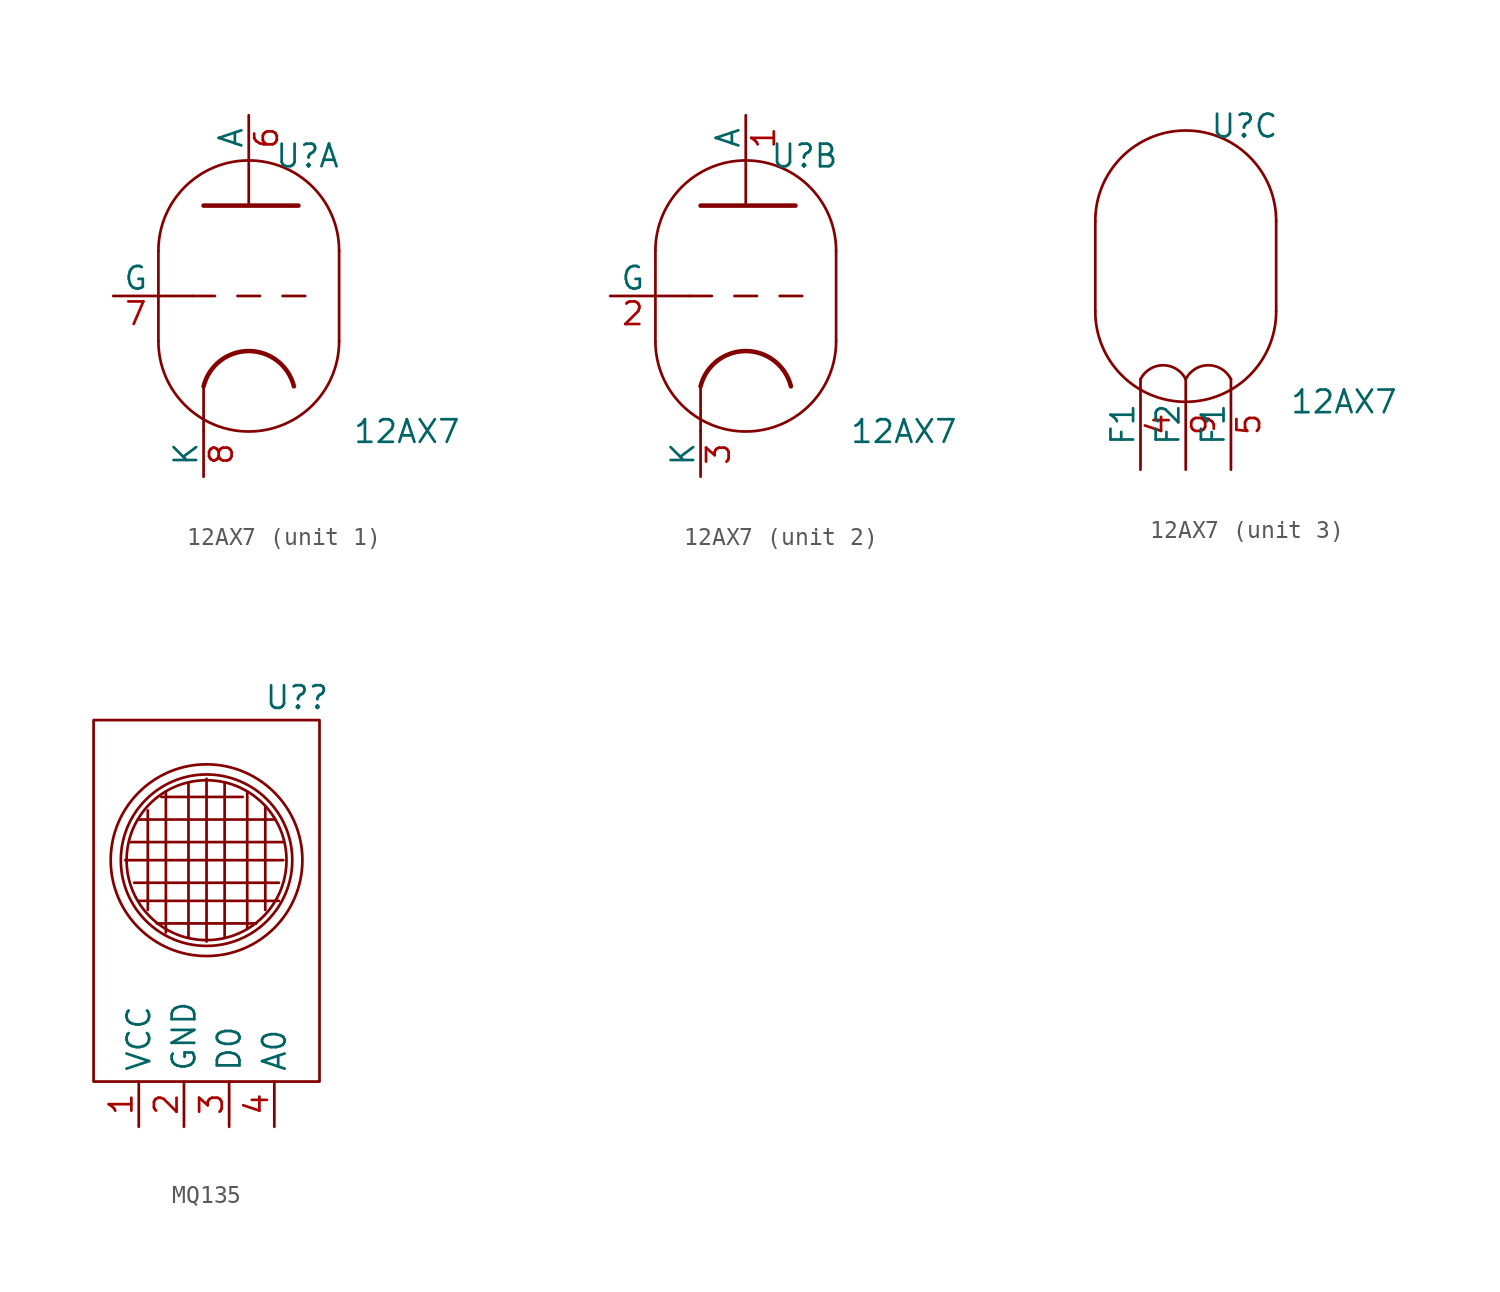
<source format=kicad_sym>
(kicad_symbol_lib
  (version 20220914)
  (generator kicad_symbol_editor)
  (symbol "12AX7"
    (pin_names
      (offset 0))
    (property "Reference" "U"
      (at 3.302 7.874 0)
      (effects (font (size 1.27 1.27))))
    (property "Value" "12AX7"
      (at 8.89 -7.62 0)
      (effects (font (size 1.27 1.27))))
    (property "ki_locked" ""
      (at 0 0 0)
      (effects (font (size 1.27 1.27))))
    (symbol "12AX7_0_1"
      (arc (start -5.08 -2.54) (mid 0 -7.5979) (end 5.08 -2.54) (stroke (width 0) (type default)) (fill (type none)))
      (polyline (pts (xy 5.08 2.54) (xy 5.08 -2.54)) (stroke (width 0) (type default)) (fill (type none)))
      (polyline (pts (xy -5.08 2.54) (xy -5.08 -2.54) (xy -5.08 -2.54)) (stroke (width 0) (type default)) (fill (type none)))
      (arc (start 5.08 2.54) (mid 0 7.5979) (end -5.08 2.54) (stroke (width 0) (type default)) (fill (type none))))
    (symbol "12AX7_1_0"
      (polyline (pts (xy -2.54 -5.08) (xy -2.54 -7.62)) (stroke (width 0) (type default)) (fill (type none)))
      (polyline (pts (xy 0 5.08) (xy 0 7.62)) (stroke (width 0) (type default)) (fill (type none))))
    (symbol "12AX7_1_1"
      (polyline (pts (xy -5.08 0) (xy -3.175 0)) (stroke (width 0) (type default)) (fill (type none)))
      (polyline (pts (xy -1.905 0) (xy -3.175 0)) (stroke (width 0.152) (type default)) (fill (type none)))
      (polyline (pts (xy -0.635 0) (xy 0.635 0)) (stroke (width 0.152) (type default)) (fill (type none)))
      (polyline (pts (xy 1.905 0) (xy 3.175 0)) (stroke (width 0.152) (type default)) (fill (type none)))
      (polyline (pts (xy -2.54 5.08) (xy 2.794 5.08) (xy 2.794 5.08)) (stroke (width 0.254) (type default)) (fill (type none)))
      (arc (start 2.54 -5.08) (mid 0 -3.0968) (end -2.54 -5.08) (stroke (width 0.254) (type default)) (fill (type none)))
      (pin output line (at 0 10.16 270) (length 2.54) (name "A" (effects (font (size 1.27 1.27)))) (number "6" (effects (font (size 1.27 1.27)))))
      (pin input line (at -7.62 0 0) (length 2.54) (name "G" (effects (font (size 1.27 1.27)))) (number "7" (effects (font (size 1.27 1.27)))))
      (pin bidirectional line (at -2.54 -10.16 90) (length 2.54) (name "K" (effects (font (size 1.27 1.27)))) (number "8" (effects (font (size 1.27 1.27))))))
    (symbol "12AX7_2_0"
      (polyline (pts (xy -2.54 -5.08) (xy -2.54 -7.62)) (stroke (width 0) (type default)) (fill (type none)))
      (polyline (pts (xy 0 5.08) (xy 0 7.62)) (stroke (width 0) (type default)) (fill (type none))))
    (symbol "12AX7_2_1"
      (polyline (pts (xy -5.08 0) (xy -3.175 0)) (stroke (width 0) (type default)) (fill (type none)))
      (polyline (pts (xy -1.905 0) (xy -3.175 0)) (stroke (width 0.152) (type default)) (fill (type none)))
      (polyline (pts (xy -0.635 0) (xy 0.635 0)) (stroke (width 0.152) (type default)) (fill (type none)))
      (polyline (pts (xy 1.905 0) (xy 3.175 0)) (stroke (width 0.152) (type default)) (fill (type none)))
      (polyline (pts (xy -2.54 5.08) (xy 2.794 5.08) (xy 2.794 5.08)) (stroke (width 0.254) (type default)) (fill (type none)))
      (arc (start 2.54 -5.08) (mid 0 -3.0968) (end -2.54 -5.08) (stroke (width 0.254) (type default)) (fill (type none)))
      (pin output line (at 0 10.16 270) (length 2.54) (name "A" (effects (font (size 1.27 1.27)))) (number "1" (effects (font (size 1.27 1.27)))))
      (pin input line (at -7.62 0 0) (length 2.54) (name "G" (effects (font (size 1.27 1.27)))) (number "2" (effects (font (size 1.27 1.27)))))
      (pin bidirectional line (at -2.54 -10.16 90) (length 2.54) (name "K" (effects (font (size 1.27 1.27)))) (number "3" (effects (font (size 1.27 1.27))))))
    (symbol "12AX7_3_1"
      (arc (start 0 -6.35) (mid -1.27 -5.5651) (end -2.54 -6.35) (stroke (width 0) (type default)) (fill (type none)))
      (arc (start 2.54 -6.35) (mid 1.27 -5.5651) (end 0 -6.35) (stroke (width 0) (type default)) (fill (type none)))
      (pin power_in line (at -2.54 -11.43 90) (length 5.08) (name "F1" (effects (font (size 1.27 1.27)))) (number "4" (effects (font (size 1.27 1.27)))))
      (pin power_in line (at 2.54 -11.43 90) (length 5.08) (name "F1" (effects (font (size 1.27 1.27)))) (number "5" (effects (font (size 1.27 1.27)))))
      (pin power_in line (at 0 -11.43 90) (length 5.08) (name "F2" (effects (font (size 1.27 1.27)))) (number "9" (effects (font (size 1.27 1.27)))))))
  (symbol "MQ135"
    (property "Reference" "U?"
      (at 5.08 10.16 0)
      (effects (font (size 1.27 1.27))))
    (property "Value" ""
      (at -1.27 -6.35 0)
      (effects (font (size 1.27 1.27))))
    (symbol "MQ135_0_1"
      (rectangle (start -6.35 8.89) (end 6.35 -11.43) (stroke (width 0) (type default)) (fill (type none)))
      (polyline (pts (xy -4.572 1.016) (xy 4.318 1.016)) (stroke (width 0) (type default)) (fill (type none)))
      (polyline (pts (xy -4.318 2.032) (xy 4.318 2.032)) (stroke (width 0) (type default)) (fill (type none)))
      (polyline (pts (xy -4.064 -0.254) (xy 4.064 -0.254)) (stroke (width 0) (type default)) (fill (type none)))
      (polyline (pts (xy -3.81 -1.27) (xy 4.064 -1.27)) (stroke (width 0) (type default)) (fill (type none)))
      (polyline (pts (xy -3.81 3.302) (xy 3.81 3.302)) (stroke (width 0) (type default)) (fill (type none)))
      (polyline (pts (xy -3.302 3.81) (xy -3.302 -1.778)) (stroke (width 0) (type default)) (fill (type none)))
      (polyline (pts (xy -2.794 -2.54) (xy 2.794 -2.54)) (stroke (width 0) (type default)) (fill (type none)))
      (polyline (pts (xy -2.54 4.572) (xy 2.032 4.572)) (stroke (width 0) (type default)) (fill (type none)))
      (polyline (pts (xy -2.286 4.826) (xy -2.286 -3.048)) (stroke (width 0) (type default)) (fill (type none)))
      (polyline (pts (xy 0 5.588) (xy 0 -3.556)) (stroke (width 0) (type default)) (fill (type none)))
      (polyline (pts (xy 1.016 5.334) (xy 1.016 -3.302)) (stroke (width 0) (type default)) (fill (type none)))
      (polyline (pts (xy 2.286 4.826) (xy 2.286 -2.794)) (stroke (width 0) (type default)) (fill (type none)))
      (polyline (pts (xy 3.302 4.064) (xy 3.302 -1.778)) (stroke (width 0) (type default)) (fill (type none)))
      (polyline (pts (xy -1.016 5.334) (xy -1.016 -3.048) (xy -1.016 -3.302)) (stroke (width 0) (type default)) (fill (type none)))
      (circle (center 0 1.016) (radius 4.494) (stroke (width 0) (type default)) (fill (type none)))
      (circle (center 0 1.016) (radius 4.819) (stroke (width 0) (type default)) (fill (type none)))
      (circle (center 0 1.016) (radius 5.388) (stroke (width 0) (type default)) (fill (type none))))
    (symbol "MQ135_1_1"
      (pin power_in line (at -3.81 -13.97 90) (length 2.54) (name "VCC" (effects (font (size 1.27 1.27)))) (number "1" (effects (font (size 1.27 1.27)))))
      (pin power_in line (at -1.27 -13.97 90) (length 2.54) (name "GND" (effects (font (size 1.27 1.27)))) (number "2" (effects (font (size 1.27 1.27)))))
      (pin output line (at 1.27 -13.97 90) (length 2.54) (name "D0" (effects (font (size 1.27 1.27)))) (number "3" (effects (font (size 1.27 1.27)))))
      (pin output line (at 3.81 -13.97 90) (length 2.54) (name "A0" (effects (font (size 1.27 1.27)))) (number "4" (effects (font (size 1.27 1.27))))))))
</source>
